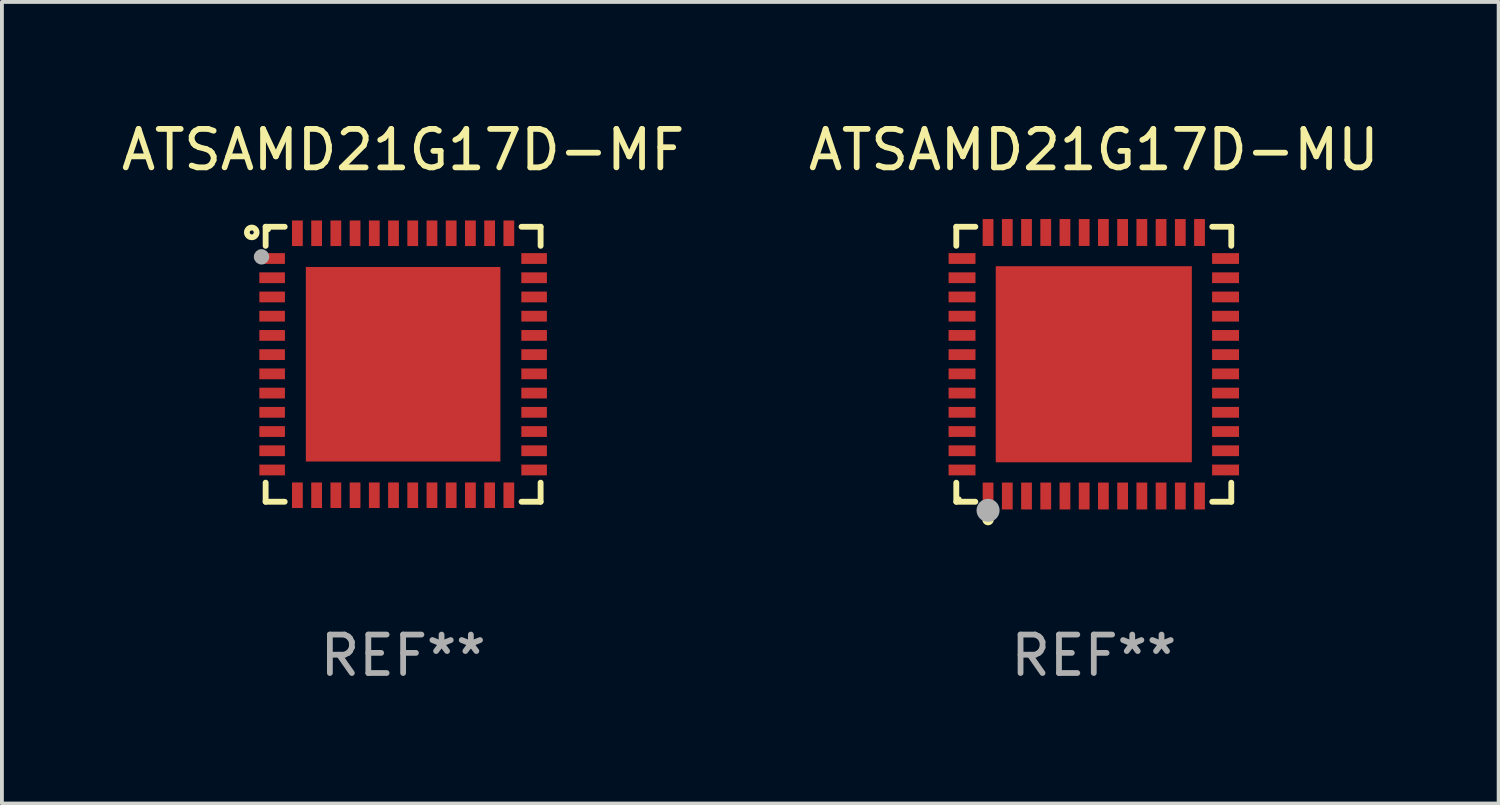
<source format=kicad_pcb>
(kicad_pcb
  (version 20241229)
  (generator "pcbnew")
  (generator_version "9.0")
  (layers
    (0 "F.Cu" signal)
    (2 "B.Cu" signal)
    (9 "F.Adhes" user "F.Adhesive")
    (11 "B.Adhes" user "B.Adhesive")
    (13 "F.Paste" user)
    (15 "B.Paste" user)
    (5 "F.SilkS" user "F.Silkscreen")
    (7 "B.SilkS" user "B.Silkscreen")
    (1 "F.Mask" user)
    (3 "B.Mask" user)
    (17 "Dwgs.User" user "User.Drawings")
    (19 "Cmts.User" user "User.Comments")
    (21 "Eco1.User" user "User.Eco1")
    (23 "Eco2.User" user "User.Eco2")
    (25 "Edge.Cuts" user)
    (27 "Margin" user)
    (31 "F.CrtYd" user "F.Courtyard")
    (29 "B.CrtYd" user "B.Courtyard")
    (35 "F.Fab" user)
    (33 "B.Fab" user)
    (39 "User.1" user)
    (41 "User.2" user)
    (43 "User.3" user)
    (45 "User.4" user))
  (footprint "ATSAMD21G17D-MF"
    (layer "F.Cu")
    (at 7.435 6.424)
    (property "Reference" "ATSAMD21G17D-MF" (at 0 -5.576 0) (layer "F.SilkS") (effects (font (size 1 1) (thickness 0.15))))
    (attr through_hole)
    (fp_line (start -3.576 -3.576) (end -3.576 -3.08) (stroke (width 0.152) (type solid)) (layer "F.SilkS"))
    (fp_line (start -3.576 3.576) (end -3.576 3.08) (stroke (width 0.152) (type solid)) (layer "F.SilkS"))
    (fp_line (start -3.08 -3.576) (end -3.576 -3.576) (stroke (width 0.152) (type solid)) (layer "F.SilkS"))
    (fp_line (start -3.08 3.576) (end -3.576 3.576) (stroke (width 0.152) (type solid)) (layer "F.SilkS"))
    (fp_line (start 3.08 -3.576) (end 3.576 -3.576) (stroke (width 0.152) (type solid)) (layer "F.SilkS"))
    (fp_line (start 3.08 3.576) (end 3.576 3.576) (stroke (width 0.152) (type solid)) (layer "F.SilkS"))
    (fp_line (start 3.576 -3.576) (end 3.576 -3.08) (stroke (width 0.152) (type solid)) (layer "F.SilkS"))
    (fp_line (start 3.576 3.576) (end 3.576 3.08) (stroke (width 0.152) (type solid)) (layer "F.SilkS"))
    (fp_circle (center -3.937 -3.429) (end -3.81 -3.429) (stroke (width 0.15) (type solid)) (fill no) (layer "F.SilkS"))
    (fp_circle (center -3.5 -3.5) (end -3.47 -3.5) (stroke (width 0.06) (type solid)) (fill no) (layer "F.SilkS"))
    (fp_circle (center -3.683 -2.794) (end -3.583 -2.794) (stroke (width 0.2) (type solid)) (fill no) (layer "F.Fab"))
    (fp_text user "REF**" (at 0 7.576 0) (layer "F.Fab") (effects (font (size 1 1) (thickness 0.15))))
    (pad "1" smd rect (at -3.407 -2.75) (size 0.665 0.28) (layers "F.Cu" "F.Mask" "F.Paste"))
    (pad "2" smd rect (at -3.407 -2.25) (size 0.665 0.28) (layers "F.Cu" "F.Mask" "F.Paste"))
    (pad "3" smd rect (at -3.407 -1.75) (size 0.665 0.28) (layers "F.Cu" "F.Mask" "F.Paste"))
    (pad "4" smd rect (at -3.407 -1.25) (size 0.665 0.28) (layers "F.Cu" "F.Mask" "F.Paste"))
    (pad "5" smd rect (at -3.407 -0.75) (size 0.665 0.28) (layers "F.Cu" "F.Mask" "F.Paste"))
    (pad "6" smd rect (at -3.407 -0.25) (size 0.665 0.28) (layers "F.Cu" "F.Mask" "F.Paste"))
    (pad "7" smd rect (at -3.407 0.25) (size 0.665 0.28) (layers "F.Cu" "F.Mask" "F.Paste"))
    (pad "8" smd rect (at -3.407 0.75) (size 0.665 0.28) (layers "F.Cu" "F.Mask" "F.Paste"))
    (pad "9" smd rect (at -3.407 1.25) (size 0.665 0.28) (layers "F.Cu" "F.Mask" "F.Paste"))
    (pad "10" smd rect (at -3.407 1.75) (size 0.665 0.28) (layers "F.Cu" "F.Mask" "F.Paste"))
    (pad "11" smd rect (at -3.407 2.25) (size 0.665 0.28) (layers "F.Cu" "F.Mask" "F.Paste"))
    (pad "12" smd rect (at -3.407 2.75) (size 0.665 0.28) (layers "F.Cu" "F.Mask" "F.Paste"))
    (pad "13" smd rect (at -2.75 3.407) (size 0.28 0.665) (layers "F.Cu" "F.Mask" "F.Paste"))
    (pad "14" smd rect (at -2.25 3.407) (size 0.28 0.665) (layers "F.Cu" "F.Mask" "F.Paste"))
    (pad "15" smd rect (at -1.75 3.407) (size 0.28 0.665) (layers "F.Cu" "F.Mask" "F.Paste"))
    (pad "16" smd rect (at -1.25 3.407) (size 0.28 0.665) (layers "F.Cu" "F.Mask" "F.Paste"))
    (pad "17" smd rect (at -0.75 3.407) (size 0.28 0.665) (layers "F.Cu" "F.Mask" "F.Paste"))
    (pad "18" smd rect (at -0.25 3.407) (size 0.28 0.665) (layers "F.Cu" "F.Mask" "F.Paste"))
    (pad "19" smd rect (at 0.25 3.407) (size 0.28 0.665) (layers "F.Cu" "F.Mask" "F.Paste"))
    (pad "20" smd rect (at 0.75 3.407) (size 0.28 0.665) (layers "F.Cu" "F.Mask" "F.Paste"))
    (pad "21" smd rect (at 1.25 3.407) (size 0.28 0.665) (layers "F.Cu" "F.Mask" "F.Paste"))
    (pad "22" smd rect (at 1.75 3.407) (size 0.28 0.665) (layers "F.Cu" "F.Mask" "F.Paste"))
    (pad "23" smd rect (at 2.25 3.407) (size 0.28 0.665) (layers "F.Cu" "F.Mask" "F.Paste"))
    (pad "24" smd rect (at 2.75 3.407) (size 0.28 0.665) (layers "F.Cu" "F.Mask" "F.Paste"))
    (pad "25" smd rect (at 3.407 2.75) (size 0.665 0.28) (layers "F.Cu" "F.Mask" "F.Paste"))
    (pad "26" smd rect (at 3.407 2.25) (size 0.665 0.28) (layers "F.Cu" "F.Mask" "F.Paste"))
    (pad "27" smd rect (at 3.407 1.75) (size 0.665 0.28) (layers "F.Cu" "F.Mask" "F.Paste"))
    (pad "28" smd rect (at 3.407 1.25) (size 0.665 0.28) (layers "F.Cu" "F.Mask" "F.Paste"))
    (pad "29" smd rect (at 3.407 0.75) (size 0.665 0.28) (layers "F.Cu" "F.Mask" "F.Paste"))
    (pad "30" smd rect (at 3.407 0.25) (size 0.665 0.28) (layers "F.Cu" "F.Mask" "F.Paste"))
    (pad "31" smd rect (at 3.407 -0.25) (size 0.665 0.28) (layers "F.Cu" "F.Mask" "F.Paste"))
    (pad "32" smd rect (at 3.407 -0.75) (size 0.665 0.28) (layers "F.Cu" "F.Mask" "F.Paste"))
    (pad "33" smd rect (at 3.407 -1.25) (size 0.665 0.28) (layers "F.Cu" "F.Mask" "F.Paste"))
    (pad "34" smd rect (at 3.407 -1.75) (size 0.665 0.28) (layers "F.Cu" "F.Mask" "F.Paste"))
    (pad "35" smd rect (at 3.407 -2.25) (size 0.665 0.28) (layers "F.Cu" "F.Mask" "F.Paste"))
    (pad "36" smd rect (at 3.407 -2.75) (size 0.665 0.28) (layers "F.Cu" "F.Mask" "F.Paste"))
    (pad "37" smd rect (at 2.75 -3.407) (size 0.28 0.665) (layers "F.Cu" "F.Mask" "F.Paste"))
    (pad "38" smd rect (at 2.25 -3.407) (size 0.28 0.665) (layers "F.Cu" "F.Mask" "F.Paste"))
    (pad "39" smd rect (at 1.75 -3.407) (size 0.28 0.665) (layers "F.Cu" "F.Mask" "F.Paste"))
    (pad "40" smd rect (at 1.25 -3.407) (size 0.28 0.665) (layers "F.Cu" "F.Mask" "F.Paste"))
    (pad "41" smd rect (at 0.75 -3.407) (size 0.28 0.665) (layers "F.Cu" "F.Mask" "F.Paste"))
    (pad "42" smd rect (at 0.25 -3.407) (size 0.28 0.665) (layers "F.Cu" "F.Mask" "F.Paste"))
    (pad "43" smd rect (at -0.25 -3.407) (size 0.28 0.665) (layers "F.Cu" "F.Mask" "F.Paste"))
    (pad "44" smd rect (at -0.75 -3.407) (size 0.28 0.665) (layers "F.Cu" "F.Mask" "F.Paste"))
    (pad "45" smd rect (at -1.25 -3.407) (size 0.28 0.665) (layers "F.Cu" "F.Mask" "F.Paste"))
    (pad "46" smd rect (at -1.75 -3.407) (size 0.28 0.665) (layers "F.Cu" "F.Mask" "F.Paste"))
    (pad "47" smd rect (at -2.25 -3.407) (size 0.28 0.665) (layers "F.Cu" "F.Mask" "F.Paste"))
    (pad "48" smd rect (at -2.75 -3.407) (size 0.28 0.665) (layers "F.Cu" "F.Mask" "F.Paste"))
    (pad "49" smd rect (at 0 0) (size 5.06 5.06) (layers "F.Cu" "F.Mask" "F.Paste")))
  (footprint "ATSAMD21G17D-MU"
    (layer "F.Cu")
    (at 25.399 6.424)
    (property "Reference" "ATSAMD21G17D-MU" (at 0 -5.576 0) (layer "F.SilkS") (effects (font (size 1 1) (thickness 0.15))))
    (attr through_hole)
    (fp_line (start -3.576 -3.576) (end -3.081 -3.576) (stroke (width 0.152) (type solid)) (layer "F.SilkS"))
    (fp_line (start -3.576 -3.081) (end -3.576 -3.576) (stroke (width 0.152) (type solid)) (layer "F.SilkS"))
    (fp_line (start -3.576 3.081) (end -3.576 3.576) (stroke (width 0.152) (type solid)) (layer "F.SilkS"))
    (fp_line (start -3.576 3.576) (end -3.081 3.576) (stroke (width 0.152) (type solid)) (layer "F.SilkS"))
    (fp_line (start 3.576 -3.576) (end 3.081 -3.576) (stroke (width 0.152) (type solid)) (layer "F.SilkS"))
    (fp_line (start 3.576 -3.081) (end 3.576 -3.576) (stroke (width 0.152) (type solid)) (layer "F.SilkS"))
    (fp_line (start 3.576 3.081) (end 3.576 3.576) (stroke (width 0.152) (type solid)) (layer "F.SilkS"))
    (fp_line (start 3.576 3.576) (end 3.081 3.576) (stroke (width 0.152) (type solid)) (layer "F.SilkS"))
    (fp_circle (center -3.5 3.5) (end -3.47 3.5) (stroke (width 0.06) (type solid)) (fill no) (layer "F.SilkS"))
    (fp_circle (center -2.75 4.04) (end -2.675 4.04) (stroke (width 0.15) (type solid)) (fill no) (layer "F.SilkS"))
    (fp_circle (center -2.75 3.8) (end -2.6 3.8) (stroke (width 0.3) (type solid)) (fill no) (layer "F.Fab"))
    (fp_text user "REF**" (at 0 7.576 0) (layer "F.Fab") (effects (font (size 1 1) (thickness 0.15))))
    (pad "1" smd rect (at -2.75 3.427) (size 0.28 0.7) (layers "F.Cu" "F.Mask" "F.Paste"))
    (pad "2" smd rect (at -2.25 3.427) (size 0.28 0.7) (layers "F.Cu" "F.Mask" "F.Paste"))
    (pad "3" smd rect (at -1.75 3.427) (size 0.28 0.7) (layers "F.Cu" "F.Mask" "F.Paste"))
    (pad "4" smd rect (at -1.25 3.427) (size 0.28 0.7) (layers "F.Cu" "F.Mask" "F.Paste"))
    (pad "5" smd rect (at -0.75 3.427) (size 0.28 0.7) (layers "F.Cu" "F.Mask" "F.Paste"))
    (pad "6" smd rect (at -0.25 3.427) (size 0.28 0.7) (layers "F.Cu" "F.Mask" "F.Paste"))
    (pad "7" smd rect (at 0.25 3.427) (size 0.28 0.7) (layers "F.Cu" "F.Mask" "F.Paste"))
    (pad "8" smd rect (at 0.75 3.427) (size 0.28 0.7) (layers "F.Cu" "F.Mask" "F.Paste"))
    (pad "9" smd rect (at 1.25 3.427) (size 0.28 0.7) (layers "F.Cu" "F.Mask" "F.Paste"))
    (pad "10" smd rect (at 1.75 3.427) (size 0.28 0.7) (layers "F.Cu" "F.Mask" "F.Paste"))
    (pad "11" smd rect (at 2.25 3.427) (size 0.28 0.7) (layers "F.Cu" "F.Mask" "F.Paste"))
    (pad "12" smd rect (at 2.75 3.427) (size 0.28 0.7) (layers "F.Cu" "F.Mask" "F.Paste"))
    (pad "13" smd rect (at 3.427 2.75) (size 0.7 0.28) (layers "F.Cu" "F.Mask" "F.Paste"))
    (pad "14" smd rect (at 3.427 2.25) (size 0.7 0.28) (layers "F.Cu" "F.Mask" "F.Paste"))
    (pad "15" smd rect (at 3.427 1.75) (size 0.7 0.28) (layers "F.Cu" "F.Mask" "F.Paste"))
    (pad "16" smd rect (at 3.427 1.25) (size 0.7 0.28) (layers "F.Cu" "F.Mask" "F.Paste"))
    (pad "17" smd rect (at 3.427 0.75) (size 0.7 0.28) (layers "F.Cu" "F.Mask" "F.Paste"))
    (pad "18" smd rect (at 3.427 0.25) (size 0.7 0.28) (layers "F.Cu" "F.Mask" "F.Paste"))
    (pad "19" smd rect (at 3.427 -0.25) (size 0.7 0.28) (layers "F.Cu" "F.Mask" "F.Paste"))
    (pad "20" smd rect (at 3.427 -0.75) (size 0.7 0.28) (layers "F.Cu" "F.Mask" "F.Paste"))
    (pad "21" smd rect (at 3.427 -1.25) (size 0.7 0.28) (layers "F.Cu" "F.Mask" "F.Paste"))
    (pad "22" smd rect (at 3.427 -1.75) (size 0.7 0.28) (layers "F.Cu" "F.Mask" "F.Paste"))
    (pad "23" smd rect (at 3.427 -2.25) (size 0.7 0.28) (layers "F.Cu" "F.Mask" "F.Paste"))
    (pad "24" smd rect (at 3.427 -2.75) (size 0.7 0.28) (layers "F.Cu" "F.Mask" "F.Paste"))
    (pad "25" smd rect (at 2.75 -3.427) (size 0.28 0.7) (layers "F.Cu" "F.Mask" "F.Paste"))
    (pad "26" smd rect (at 2.25 -3.427) (size 0.28 0.7) (layers "F.Cu" "F.Mask" "F.Paste"))
    (pad "27" smd rect (at 1.75 -3.427) (size 0.28 0.7) (layers "F.Cu" "F.Mask" "F.Paste"))
    (pad "28" smd rect (at 1.25 -3.427) (size 0.28 0.7) (layers "F.Cu" "F.Mask" "F.Paste"))
    (pad "29" smd rect (at 0.75 -3.427) (size 0.28 0.7) (layers "F.Cu" "F.Mask" "F.Paste"))
    (pad "30" smd rect (at 0.25 -3.427) (size 0.28 0.7) (layers "F.Cu" "F.Mask" "F.Paste"))
    (pad "31" smd rect (at -0.25 -3.427) (size 0.28 0.7) (layers "F.Cu" "F.Mask" "F.Paste"))
    (pad "32" smd rect (at -0.75 -3.427) (size 0.28 0.7) (layers "F.Cu" "F.Mask" "F.Paste"))
    (pad "33" smd rect (at -1.25 -3.427) (size 0.28 0.7) (layers "F.Cu" "F.Mask" "F.Paste"))
    (pad "34" smd rect (at -1.75 -3.427) (size 0.28 0.7) (layers "F.Cu" "F.Mask" "F.Paste"))
    (pad "35" smd rect (at -2.25 -3.427) (size 0.28 0.7) (layers "F.Cu" "F.Mask" "F.Paste"))
    (pad "36" smd rect (at -2.75 -3.427) (size 0.28 0.7) (layers "F.Cu" "F.Mask" "F.Paste"))
    (pad "37" smd rect (at -3.427 -2.75) (size 0.7 0.28) (layers "F.Cu" "F.Mask" "F.Paste"))
    (pad "38" smd rect (at -3.427 -2.25) (size 0.7 0.28) (layers "F.Cu" "F.Mask" "F.Paste"))
    (pad "39" smd rect (at -3.427 -1.75) (size 0.7 0.28) (layers "F.Cu" "F.Mask" "F.Paste"))
    (pad "40" smd rect (at -3.427 -1.25) (size 0.7 0.28) (layers "F.Cu" "F.Mask" "F.Paste"))
    (pad "41" smd rect (at -3.427 -0.75) (size 0.7 0.28) (layers "F.Cu" "F.Mask" "F.Paste"))
    (pad "42" smd rect (at -3.427 -0.25) (size 0.7 0.28) (layers "F.Cu" "F.Mask" "F.Paste"))
    (pad "43" smd rect (at -3.427 0.25) (size 0.7 0.28) (layers "F.Cu" "F.Mask" "F.Paste"))
    (pad "44" smd rect (at -3.427 0.75) (size 0.7 0.28) (layers "F.Cu" "F.Mask" "F.Paste"))
    (pad "45" smd rect (at -3.427 1.25) (size 0.7 0.28) (layers "F.Cu" "F.Mask" "F.Paste"))
    (pad "46" smd rect (at -3.427 1.75) (size 0.7 0.28) (layers "F.Cu" "F.Mask" "F.Paste"))
    (pad "47" smd rect (at -3.427 2.25) (size 0.7 0.28) (layers "F.Cu" "F.Mask" "F.Paste"))
    (pad "48" smd rect (at -3.427 2.75) (size 0.7 0.28) (layers "F.Cu" "F.Mask" "F.Paste"))
    (pad "49" smd rect (at 0 0) (size 5.1 5.1) (layers "F.Cu" "F.Mask" "F.Paste")))
  (gr_rect
    (start -3 -3)
    (end 35.929 17.849)
    (stroke (width 0.1) (type default))
    (fill no)
    (layer "Edge.Cuts")))
</source>
